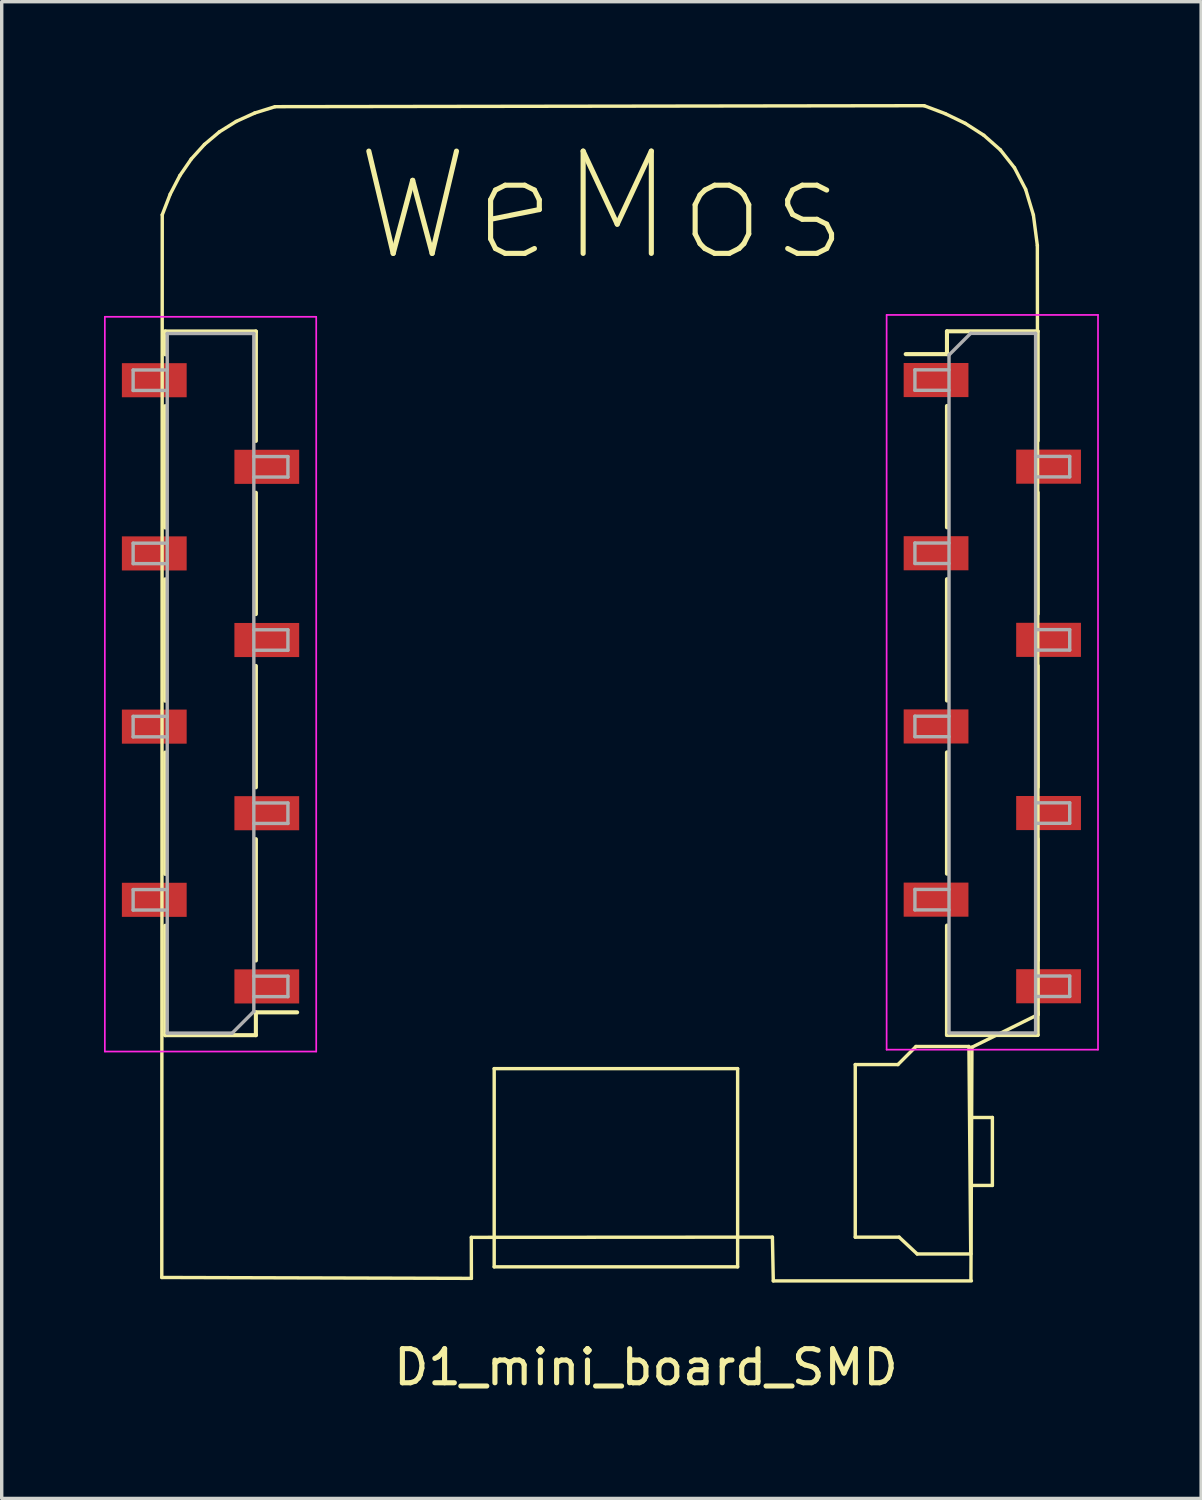
<source format=kicad_pcb>
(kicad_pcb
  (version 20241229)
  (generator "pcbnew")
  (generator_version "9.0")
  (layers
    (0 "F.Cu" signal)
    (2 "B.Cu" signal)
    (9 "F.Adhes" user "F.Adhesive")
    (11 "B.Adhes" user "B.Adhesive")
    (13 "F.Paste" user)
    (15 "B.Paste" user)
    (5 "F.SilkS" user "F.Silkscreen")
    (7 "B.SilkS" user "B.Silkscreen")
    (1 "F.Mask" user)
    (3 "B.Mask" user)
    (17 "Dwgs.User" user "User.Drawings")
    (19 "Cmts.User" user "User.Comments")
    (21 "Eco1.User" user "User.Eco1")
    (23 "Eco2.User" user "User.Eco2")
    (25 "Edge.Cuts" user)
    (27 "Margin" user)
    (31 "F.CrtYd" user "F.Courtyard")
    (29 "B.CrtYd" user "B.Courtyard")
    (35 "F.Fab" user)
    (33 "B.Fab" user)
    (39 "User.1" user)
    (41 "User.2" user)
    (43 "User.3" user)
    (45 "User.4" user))
  (footprint "D1_mini_board_SMD"
    (layer "F.Cu")
    (at 14.625 18.242)
    (property "Reference" "D1_mini_board_SMD" (at 1.27 18.81 0) (layer "F.SilkS") (effects (font (size 1 1) (thickness 0.15))))
    (attr through_hole)
    (fp_line (start -12.93 16.177) (end -12.916 -14.993) (stroke (width 0.1) (type solid)) (layer "F.SilkS"))
    (fp_line (start -12.916 -14.993) (end -12.683 -15.596) (stroke (width 0.1) (type solid)) (layer "F.SilkS"))
    (fp_line (start -12.83 -10.9) (end -12.83 -11.57) (stroke (width 0.12) (type solid)) (layer "F.SilkS"))
    (fp_line (start -12.83 -5.82) (end -12.83 -9.38) (stroke (width 0.12) (type solid)) (layer "F.SilkS"))
    (fp_line (start -12.83 -0.74) (end -12.83 -4.3) (stroke (width 0.12) (type solid)) (layer "F.SilkS"))
    (fp_line (start -12.83 4.34) (end -12.83 0.78) (stroke (width 0.12) (type solid)) (layer "F.SilkS"))
    (fp_line (start -12.83 9.07) (end -12.83 5.86) (stroke (width 0.12) (type solid)) (layer "F.SilkS"))
    (fp_line (start -12.683 -15.596) (end -12.4 -16.141) (stroke (width 0.1) (type solid)) (layer "F.SilkS"))
    (fp_line (start -12.4 -16.141) (end -12.065 -16.628) (stroke (width 0.1) (type solid)) (layer "F.SilkS"))
    (fp_line (start -12.065 -16.628) (end -11.679 -17.055) (stroke (width 0.1) (type solid)) (layer "F.SilkS"))
    (fp_line (start -11.679 -17.055) (end -11.241 -17.423) (stroke (width 0.1) (type solid)) (layer "F.SilkS"))
    (fp_line (start -11.241 -17.423) (end -10.749 -17.73) (stroke (width 0.1) (type solid)) (layer "F.SilkS"))
    (fp_line (start -10.749 -17.73) (end -10.205 -17.977) (stroke (width 0.1) (type solid)) (layer "F.SilkS"))
    (fp_line (start -10.205 -17.977) (end -9.607 -18.163) (stroke (width 0.1) (type solid)) (layer "F.SilkS"))
    (fp_line (start -10.17 -11.57) (end -12.83 -11.57) (stroke (width 0.12) (type solid)) (layer "F.SilkS"))
    (fp_line (start -10.17 -8.36) (end -10.17 -11.57) (stroke (width 0.12) (type solid)) (layer "F.SilkS"))
    (fp_line (start -10.17 -3.28) (end -10.17 -6.84) (stroke (width 0.12) (type solid)) (layer "F.SilkS"))
    (fp_line (start -10.17 1.8) (end -10.17 -1.76) (stroke (width 0.12) (type solid)) (layer "F.SilkS"))
    (fp_line (start -10.17 6.88) (end -10.17 3.32) (stroke (width 0.12) (type solid)) (layer "F.SilkS"))
    (fp_line (start -10.17 9.07) (end -12.83 9.07) (stroke (width 0.12) (type solid)) (layer "F.SilkS"))
    (fp_line (start -10.17 9.07) (end -10.17 8.4) (stroke (width 0.12) (type solid)) (layer "F.SilkS"))
    (fp_line (start -9.607 -18.163) (end 9.43 -18.192) (stroke (width 0.1) (type solid)) (layer "F.SilkS"))
    (fp_line (start -8.96 8.4) (end -10.17 8.4) (stroke (width 0.12) (type solid)) (layer "F.SilkS"))
    (fp_line (start -3.851 15) (end -3.849 16.203) (stroke (width 0.1) (type solid)) (layer "F.SilkS"))
    (fp_line (start -3.849 16.203) (end -12.93 16.177) (stroke (width 0.1) (type solid)) (layer "F.SilkS"))
    (fp_line (start -3.18 10.051) (end 3.96 10.051) (stroke (width 0.1) (type solid)) (layer "F.SilkS"))
    (fp_line (start -3.18 15.865) (end -3.18 10.051) (stroke (width 0.1) (type solid)) (layer "F.SilkS"))
    (fp_line (start 3.96 10.051) (end 3.96 15.865) (stroke (width 0.1) (type solid)) (layer "F.SilkS"))
    (fp_line (start 3.96 15.865) (end -3.18 15.865) (stroke (width 0.1) (type solid)) (layer "F.SilkS"))
    (fp_line (start 4.98 14.994) (end -3.851 15) (stroke (width 0.1) (type solid)) (layer "F.SilkS"))
    (fp_line (start 5.006 16.277) (end 4.98 14.994) (stroke (width 0.1) (type solid)) (layer "F.SilkS"))
    (fp_line (start 7.41 9.932) (end 7.41 14.994) (stroke (width 0.1) (type solid)) (layer "F.SilkS"))
    (fp_line (start 7.41 14.994) (end 8.697 14.994) (stroke (width 0.1) (type solid)) (layer "F.SilkS"))
    (fp_line (start 8.662 9.932) (end 7.41 9.932) (stroke (width 0.1) (type solid)) (layer "F.SilkS"))
    (fp_line (start 8.697 14.994) (end 9.227 15.488) (stroke (width 0.1) (type solid)) (layer "F.SilkS"))
    (fp_line (start 8.89 -10.905) (end 10.1 -10.905) (stroke (width 0.12) (type solid)) (layer "F.SilkS"))
    (fp_line (start 9.191 9.402) (end 8.662 9.932) (stroke (width 0.1) (type solid)) (layer "F.SilkS"))
    (fp_line (start 9.227 15.488) (end 10.797 15.488) (stroke (width 0.1) (type solid)) (layer "F.SilkS"))
    (fp_line (start 9.43 -18.192) (end 10.05 -17.958) (stroke (width 0.1) (type solid)) (layer "F.SilkS"))
    (fp_line (start 10.05 -17.958) (end 10.638 -17.673) (stroke (width 0.1) (type solid)) (layer "F.SilkS"))
    (fp_line (start 10.1 -11.575) (end 10.1 -10.905) (stroke (width 0.12) (type solid)) (layer "F.SilkS"))
    (fp_line (start 10.1 -11.575) (end 12.76 -11.575) (stroke (width 0.12) (type solid)) (layer "F.SilkS"))
    (fp_line (start 10.1 -9.385) (end 10.1 -5.825) (stroke (width 0.12) (type solid)) (layer "F.SilkS"))
    (fp_line (start 10.1 -4.305) (end 10.1 -0.745) (stroke (width 0.12) (type solid)) (layer "F.SilkS"))
    (fp_line (start 10.1 0.775) (end 10.1 4.335) (stroke (width 0.12) (type solid)) (layer "F.SilkS"))
    (fp_line (start 10.1 5.855) (end 10.1 9.065) (stroke (width 0.12) (type solid)) (layer "F.SilkS"))
    (fp_line (start 10.1 9.065) (end 12.76 9.065) (stroke (width 0.12) (type solid)) (layer "F.SilkS"))
    (fp_line (start 10.638 -17.673) (end 11.181 -17.324) (stroke (width 0.1) (type solid)) (layer "F.SilkS"))
    (fp_line (start 10.744 9.402) (end 9.191 9.402) (stroke (width 0.1) (type solid)) (layer "F.SilkS"))
    (fp_line (start 10.779 11.484) (end 11.432 11.484) (stroke (width 0.1) (type solid)) (layer "F.SilkS"))
    (fp_line (start 10.797 15.488) (end 10.744 9.402) (stroke (width 0.1) (type solid)) (layer "F.SilkS"))
    (fp_line (start 10.817 16.277) (end 5.006 16.277) (stroke (width 0.1) (type solid)) (layer "F.SilkS"))
    (fp_line (start 10.832 9.424) (end 10.803 16.233) (stroke (width 0.1) (type solid)) (layer "F.SilkS"))
    (fp_line (start 11.181 -17.324) (end 11.667 -16.895) (stroke (width 0.1) (type solid)) (layer "F.SilkS"))
    (fp_line (start 11.432 11.484) (end 11.432 13.477) (stroke (width 0.1) (type solid)) (layer "F.SilkS"))
    (fp_line (start 11.432 13.477) (end 10.814 13.477) (stroke (width 0.1) (type solid)) (layer "F.SilkS"))
    (fp_line (start 11.667 -16.895) (end 12.08 -16.371) (stroke (width 0.1) (type solid)) (layer "F.SilkS"))
    (fp_line (start 12.08 -16.371) (end 12.407 -15.74) (stroke (width 0.1) (type solid)) (layer "F.SilkS"))
    (fp_line (start 12.407 -15.74) (end 12.635 -14.985) (stroke (width 0.1) (type solid)) (layer "F.SilkS"))
    (fp_line (start 12.635 -14.985) (end 12.751 -14.092) (stroke (width 0.1) (type solid)) (layer "F.SilkS"))
    (fp_line (start 12.751 -14.092) (end 12.776 8.463) (stroke (width 0.1) (type solid)) (layer "F.SilkS"))
    (fp_line (start 12.76 -11.575) (end 12.76 -8.365) (stroke (width 0.12) (type solid)) (layer "F.SilkS"))
    (fp_line (start 12.76 -6.845) (end 12.76 -3.285) (stroke (width 0.12) (type solid)) (layer "F.SilkS"))
    (fp_line (start 12.76 -1.765) (end 12.76 1.795) (stroke (width 0.12) (type solid)) (layer "F.SilkS"))
    (fp_line (start 12.76 3.315) (end 12.76 6.875) (stroke (width 0.12) (type solid)) (layer "F.SilkS"))
    (fp_line (start 12.76 8.395) (end 12.76 9.065) (stroke (width 0.12) (type solid)) (layer "F.SilkS"))
    (fp_line (start 12.776 8.463) (end 10.832 9.424) (stroke (width 0.1) (type solid)) (layer "F.SilkS"))
    (fp_line (start -14.6 -12) (end -8.4 -12) (stroke (width 0.05) (type solid)) (layer "F.CrtYd"))
    (fp_line (start -14.6 9.55) (end -14.6 -12) (stroke (width 0.05) (type solid)) (layer "F.CrtYd"))
    (fp_line (start -8.4 -12) (end -8.4 9.55) (stroke (width 0.05) (type solid)) (layer "F.CrtYd"))
    (fp_line (start -8.4 9.55) (end -14.6 9.55) (stroke (width 0.05) (type solid)) (layer "F.CrtYd"))
    (fp_line (start 8.33 -12.055) (end 14.53 -12.055) (stroke (width 0.05) (type solid)) (layer "F.CrtYd"))
    (fp_line (start 8.33 9.495) (end 8.33 -12.055) (stroke (width 0.05) (type solid)) (layer "F.CrtYd"))
    (fp_line (start 14.53 -12.055) (end 14.53 9.495) (stroke (width 0.05) (type solid)) (layer "F.CrtYd"))
    (fp_line (start 14.53 9.495) (end 8.33 9.495) (stroke (width 0.05) (type solid)) (layer "F.CrtYd"))
    (fp_line (start -13.77 -10.44) (end -12.77 -10.44) (stroke (width 0.1) (type solid)) (layer "F.Fab"))
    (fp_line (start -13.77 -9.84) (end -13.77 -10.44) (stroke (width 0.1) (type solid)) (layer "F.Fab"))
    (fp_line (start -13.77 -5.36) (end -12.77 -5.36) (stroke (width 0.1) (type solid)) (layer "F.Fab"))
    (fp_line (start -13.77 -4.76) (end -13.77 -5.36) (stroke (width 0.1) (type solid)) (layer "F.Fab"))
    (fp_line (start -13.77 -0.28) (end -12.77 -0.28) (stroke (width 0.1) (type solid)) (layer "F.Fab"))
    (fp_line (start -13.77 0.32) (end -13.77 -0.28) (stroke (width 0.1) (type solid)) (layer "F.Fab"))
    (fp_line (start -13.77 4.8) (end -12.77 4.8) (stroke (width 0.1) (type solid)) (layer "F.Fab"))
    (fp_line (start -13.77 5.4) (end -13.77 4.8) (stroke (width 0.1) (type solid)) (layer "F.Fab"))
    (fp_line (start -12.77 -11.51) (end -10.23 -11.51) (stroke (width 0.1) (type solid)) (layer "F.Fab"))
    (fp_line (start -12.77 -9.84) (end -13.77 -9.84) (stroke (width 0.1) (type solid)) (layer "F.Fab"))
    (fp_line (start -12.77 -4.76) (end -13.77 -4.76) (stroke (width 0.1) (type solid)) (layer "F.Fab"))
    (fp_line (start -12.77 0.32) (end -13.77 0.32) (stroke (width 0.1) (type solid)) (layer "F.Fab"))
    (fp_line (start -12.77 5.4) (end -13.77 5.4) (stroke (width 0.1) (type solid)) (layer "F.Fab"))
    (fp_line (start -12.77 9.01) (end -12.77 -11.51) (stroke (width 0.1) (type solid)) (layer "F.Fab"))
    (fp_line (start -10.865 9.01) (end -12.77 9.01) (stroke (width 0.1) (type solid)) (layer "F.Fab"))
    (fp_line (start -10.23 -11.51) (end -10.23 8.375) (stroke (width 0.1) (type solid)) (layer "F.Fab"))
    (fp_line (start -10.23 -7.9) (end -9.23 -7.9) (stroke (width 0.1) (type solid)) (layer "F.Fab"))
    (fp_line (start -10.23 -2.82) (end -9.23 -2.82) (stroke (width 0.1) (type solid)) (layer "F.Fab"))
    (fp_line (start -10.23 2.26) (end -9.23 2.26) (stroke (width 0.1) (type solid)) (layer "F.Fab"))
    (fp_line (start -10.23 7.34) (end -9.23 7.34) (stroke (width 0.1) (type solid)) (layer "F.Fab"))
    (fp_line (start -10.23 8.375) (end -10.865 9.01) (stroke (width 0.1) (type solid)) (layer "F.Fab"))
    (fp_line (start -9.23 -7.9) (end -9.23 -7.3) (stroke (width 0.1) (type solid)) (layer "F.Fab"))
    (fp_line (start -9.23 -7.3) (end -10.23 -7.3) (stroke (width 0.1) (type solid)) (layer "F.Fab"))
    (fp_line (start -9.23 -2.82) (end -9.23 -2.22) (stroke (width 0.1) (type solid)) (layer "F.Fab"))
    (fp_line (start -9.23 -2.22) (end -10.23 -2.22) (stroke (width 0.1) (type solid)) (layer "F.Fab"))
    (fp_line (start -9.23 2.26) (end -9.23 2.86) (stroke (width 0.1) (type solid)) (layer "F.Fab"))
    (fp_line (start -9.23 2.86) (end -10.23 2.86) (stroke (width 0.1) (type solid)) (layer "F.Fab"))
    (fp_line (start -9.23 7.34) (end -9.23 7.94) (stroke (width 0.1) (type solid)) (layer "F.Fab"))
    (fp_line (start -9.23 7.94) (end -10.23 7.94) (stroke (width 0.1) (type solid)) (layer "F.Fab"))
    (fp_line (start 9.16 -10.445) (end 10.16 -10.445) (stroke (width 0.1) (type solid)) (layer "F.Fab"))
    (fp_line (start 9.16 -9.845) (end 9.16 -10.445) (stroke (width 0.1) (type solid)) (layer "F.Fab"))
    (fp_line (start 9.16 -5.365) (end 10.16 -5.365) (stroke (width 0.1) (type solid)) (layer "F.Fab"))
    (fp_line (start 9.16 -4.765) (end 9.16 -5.365) (stroke (width 0.1) (type solid)) (layer "F.Fab"))
    (fp_line (start 9.16 -0.285) (end 10.16 -0.285) (stroke (width 0.1) (type solid)) (layer "F.Fab"))
    (fp_line (start 9.16 0.315) (end 9.16 -0.285) (stroke (width 0.1) (type solid)) (layer "F.Fab"))
    (fp_line (start 9.16 4.795) (end 10.16 4.795) (stroke (width 0.1) (type solid)) (layer "F.Fab"))
    (fp_line (start 9.16 5.395) (end 9.16 4.795) (stroke (width 0.1) (type solid)) (layer "F.Fab"))
    (fp_line (start 10.16 -10.88) (end 10.795 -11.515) (stroke (width 0.1) (type solid)) (layer "F.Fab"))
    (fp_line (start 10.16 -9.845) (end 9.16 -9.845) (stroke (width 0.1) (type solid)) (layer "F.Fab"))
    (fp_line (start 10.16 -4.765) (end 9.16 -4.765) (stroke (width 0.1) (type solid)) (layer "F.Fab"))
    (fp_line (start 10.16 0.315) (end 9.16 0.315) (stroke (width 0.1) (type solid)) (layer "F.Fab"))
    (fp_line (start 10.16 5.395) (end 9.16 5.395) (stroke (width 0.1) (type solid)) (layer "F.Fab"))
    (fp_line (start 10.16 9.005) (end 10.16 -10.88) (stroke (width 0.1) (type solid)) (layer "F.Fab"))
    (fp_line (start 10.795 -11.515) (end 12.7 -11.515) (stroke (width 0.1) (type solid)) (layer "F.Fab"))
    (fp_line (start 12.7 -11.515) (end 12.7 9.005) (stroke (width 0.1) (type solid)) (layer "F.Fab"))
    (fp_line (start 12.7 -7.905) (end 13.7 -7.905) (stroke (width 0.1) (type solid)) (layer "F.Fab"))
    (fp_line (start 12.7 -2.825) (end 13.7 -2.825) (stroke (width 0.1) (type solid)) (layer "F.Fab"))
    (fp_line (start 12.7 2.255) (end 13.7 2.255) (stroke (width 0.1) (type solid)) (layer "F.Fab"))
    (fp_line (start 12.7 7.335) (end 13.7 7.335) (stroke (width 0.1) (type solid)) (layer "F.Fab"))
    (fp_line (start 12.7 9.005) (end 10.16 9.005) (stroke (width 0.1) (type solid)) (layer "F.Fab"))
    (fp_line (start 13.7 -7.905) (end 13.7 -7.305) (stroke (width 0.1) (type solid)) (layer "F.Fab"))
    (fp_line (start 13.7 -7.305) (end 12.7 -7.305) (stroke (width 0.1) (type solid)) (layer "F.Fab"))
    (fp_line (start 13.7 -2.825) (end 13.7 -2.225) (stroke (width 0.1) (type solid)) (layer "F.Fab"))
    (fp_line (start 13.7 -2.225) (end 12.7 -2.225) (stroke (width 0.1) (type solid)) (layer "F.Fab"))
    (fp_line (start 13.7 2.255) (end 13.7 2.855) (stroke (width 0.1) (type solid)) (layer "F.Fab"))
    (fp_line (start 13.7 2.855) (end 12.7 2.855) (stroke (width 0.1) (type solid)) (layer "F.Fab"))
    (fp_line (start 13.7 7.335) (end 13.7 7.935) (stroke (width 0.1) (type solid)) (layer "F.Fab"))
    (fp_line (start 13.7 7.935) (end 12.7 7.935) (stroke (width 0.1) (type solid)) (layer "F.Fab"))
    (fp_text user "WeMos" (at 0 -15.24 0) (layer "F.SilkS") (effects (font (size 3 3) (thickness 0.15))))
    (pad "1" smd rect (at -9.85 7.64 180) (size 1.9 1) (layers "F.Cu" "F.Mask" "F.Paste"))
    (pad "2" smd rect (at -13.15 5.1 180) (size 1.9 1) (layers "F.Cu" "F.Mask" "F.Paste"))
    (pad "3" smd rect (at -9.85 2.56 180) (size 1.9 1) (layers "F.Cu" "F.Mask" "F.Paste"))
    (pad "4" smd rect (at -13.15 0.02 180) (size 1.9 1) (layers "F.Cu" "F.Mask" "F.Paste"))
    (pad "5" smd rect (at -9.85 -2.52 180) (size 1.9 1) (layers "F.Cu" "F.Mask" "F.Paste"))
    (pad "6" smd rect (at -13.15 -5.06 180) (size 1.9 1) (layers "F.Cu" "F.Mask" "F.Paste"))
    (pad "7" smd rect (at -9.85 -7.6 180) (size 1.9 1) (layers "F.Cu" "F.Mask" "F.Paste"))
    (pad "8" smd rect (at -13.15 -10.14 180) (size 1.9 1) (layers "F.Cu" "F.Mask" "F.Paste"))
    (pad "9" smd rect (at 9.78 -10.145) (size 1.9 1) (layers "F.Cu" "F.Mask" "F.Paste"))
    (pad "10" smd rect (at 13.08 -7.605) (size 1.9 1) (layers "F.Cu" "F.Mask" "F.Paste"))
    (pad "11" smd rect (at 9.78 -5.065) (size 1.9 1) (layers "F.Cu" "F.Mask" "F.Paste"))
    (pad "12" smd rect (at 13.08 -2.525) (size 1.9 1) (layers "F.Cu" "F.Mask" "F.Paste"))
    (pad "13" smd rect (at 9.78 0.015) (size 1.9 1) (layers "F.Cu" "F.Mask" "F.Paste"))
    (pad "14" smd rect (at 13.08 2.555) (size 1.9 1) (layers "F.Cu" "F.Mask" "F.Paste"))
    (pad "15" smd rect (at 9.78 5.095) (size 1.9 1) (layers "F.Cu" "F.Mask" "F.Paste"))
    (pad "16" smd rect (at 13.08 7.635) (size 1.9 1) (layers "F.Cu" "F.Mask" "F.Paste")))
  (gr_rect
    (start -3 -3)
    (end 32.18 40.9)
    (stroke (width 0.1) (type default))
    (fill no)
    (layer "Edge.Cuts")))
</source>
